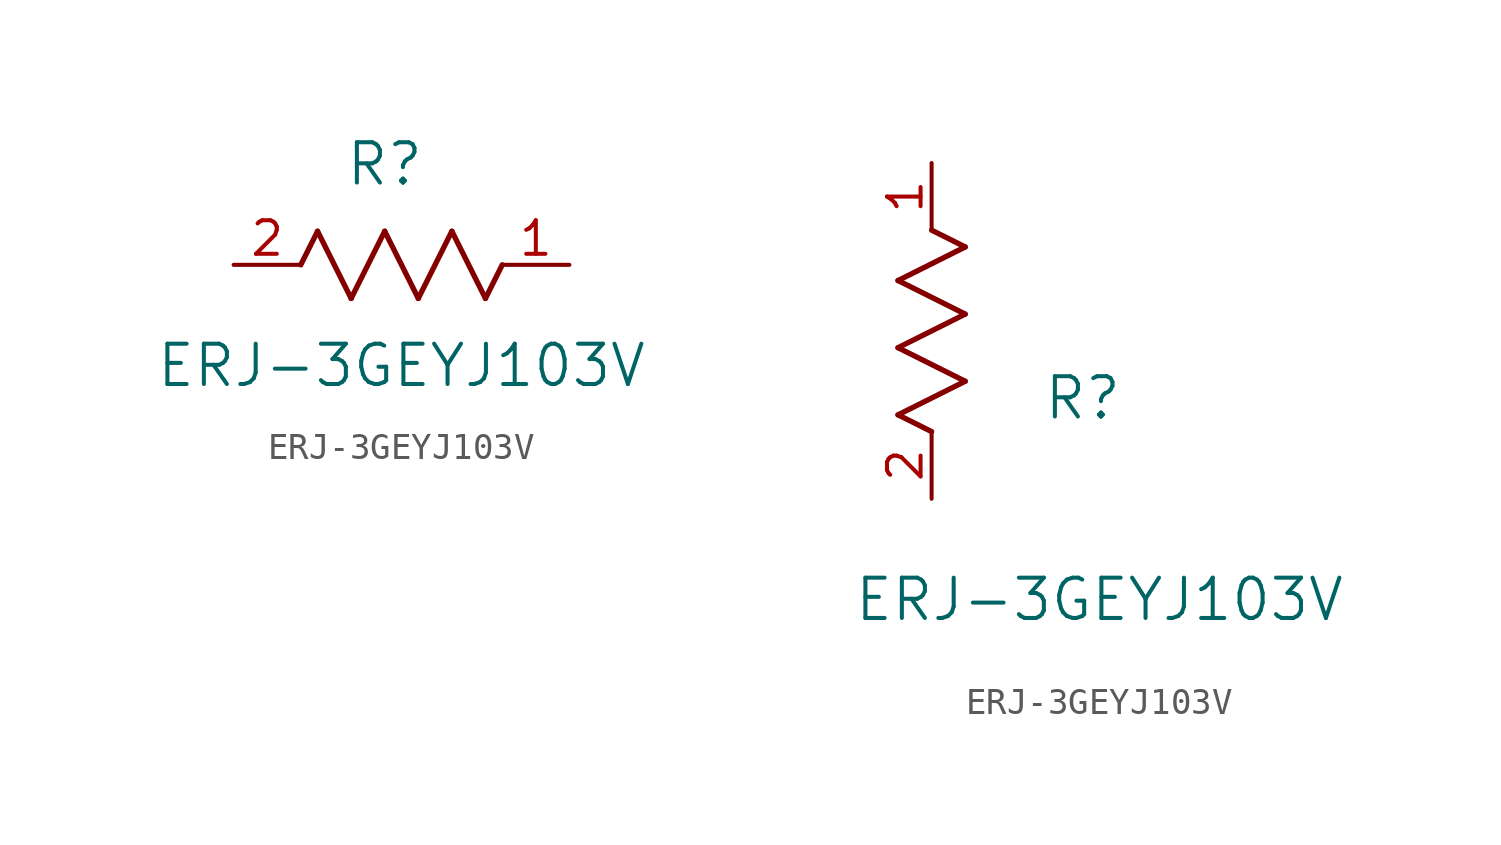
<source format=kicad_sym>
(kicad_symbol_lib
  (version 20211014)
  (generator kicad_symbol_editor)
  (symbol "ERJ-3GEYJ103V"
    (pin_names
      (offset 0.254))
    (property "Reference" "R"
      (at 5.715 3.81 0)
      (effects (font (size 1.524 1.524))))
    (property "Value" "ERJ-3GEYJ103V"
      (at 6.35 -3.81 0)
      (effects (font (size 1.524 1.524))))
    (symbol "ERJ-3GEYJ103V_1_1"
      (polyline (pts (xy 3.175 1.27) (xy 4.445 -1.27)) (stroke (width 0.203) (type default) (color 0 0 0 0)) (fill (type none)))
      (polyline (pts (xy 4.445 -1.27) (xy 5.715 1.27)) (stroke (width 0.203) (type default) (color 0 0 0 0)) (fill (type none)))
      (polyline (pts (xy 5.715 1.27) (xy 6.985 -1.27)) (stroke (width 0.203) (type default) (color 0 0 0 0)) (fill (type none)))
      (polyline (pts (xy 6.985 -1.27) (xy 8.255 1.27)) (stroke (width 0.203) (type default) (color 0 0 0 0)) (fill (type none)))
      (polyline (pts (xy 8.255 1.27) (xy 9.525 -1.27)) (stroke (width 0.203) (type default) (color 0 0 0 0)) (fill (type none)))
      (polyline (pts (xy 2.54 0) (xy 3.175 1.27)) (stroke (width 0.203) (type default) (color 0 0 0 0)) (fill (type none)))
      (polyline (pts (xy 9.525 -1.27) (xy 10.16 0)) (stroke (width 0.203) (type default) (color 0 0 0 0)) (fill (type none)))
      (pin unspecified line (at 12.7 0 180) (length 2.54) (name "" (effects (font (size 1.27 1.27)))) (number "1" (effects (font (size 1.27 1.27)))))
      (pin unspecified line (at 0 0 0) (length 2.54) (name "" (effects (font (size 1.27 1.27)))) (number "2" (effects (font (size 1.27 1.27))))))
    (symbol "ERJ-3GEYJ103V_1_2"
      (polyline (pts (xy 0 2.54) (xy -1.27 3.175)) (stroke (width 0.203) (type default) (color 0 0 0 0)) (fill (type none)))
      (polyline (pts (xy -1.27 3.175) (xy 1.27 4.445)) (stroke (width 0.203) (type default) (color 0 0 0 0)) (fill (type none)))
      (polyline (pts (xy 1.27 4.445) (xy -1.27 5.715)) (stroke (width 0.203) (type default) (color 0 0 0 0)) (fill (type none)))
      (polyline (pts (xy -1.27 5.715) (xy 1.27 6.985)) (stroke (width 0.203) (type default) (color 0 0 0 0)) (fill (type none)))
      (polyline (pts (xy -1.27 8.255) (xy 1.27 9.525)) (stroke (width 0.203) (type default) (color 0 0 0 0)) (fill (type none)))
      (polyline (pts (xy 1.27 9.525) (xy 0 10.16)) (stroke (width 0.203) (type default) (color 0 0 0 0)) (fill (type none)))
      (polyline (pts (xy 1.27 6.985) (xy -1.27 8.255)) (stroke (width 0.203) (type default) (color 0 0 0 0)) (fill (type none)))
      (pin unspecified line (at 0 12.7 270) (length 2.54) (name "" (effects (font (size 1.27 1.27)))) (number "1" (effects (font (size 1.27 1.27)))))
      (pin unspecified line (at 0 0 90) (length 2.54) (name "" (effects (font (size 1.27 1.27)))) (number "2" (effects (font (size 1.27 1.27))))))))
</source>
